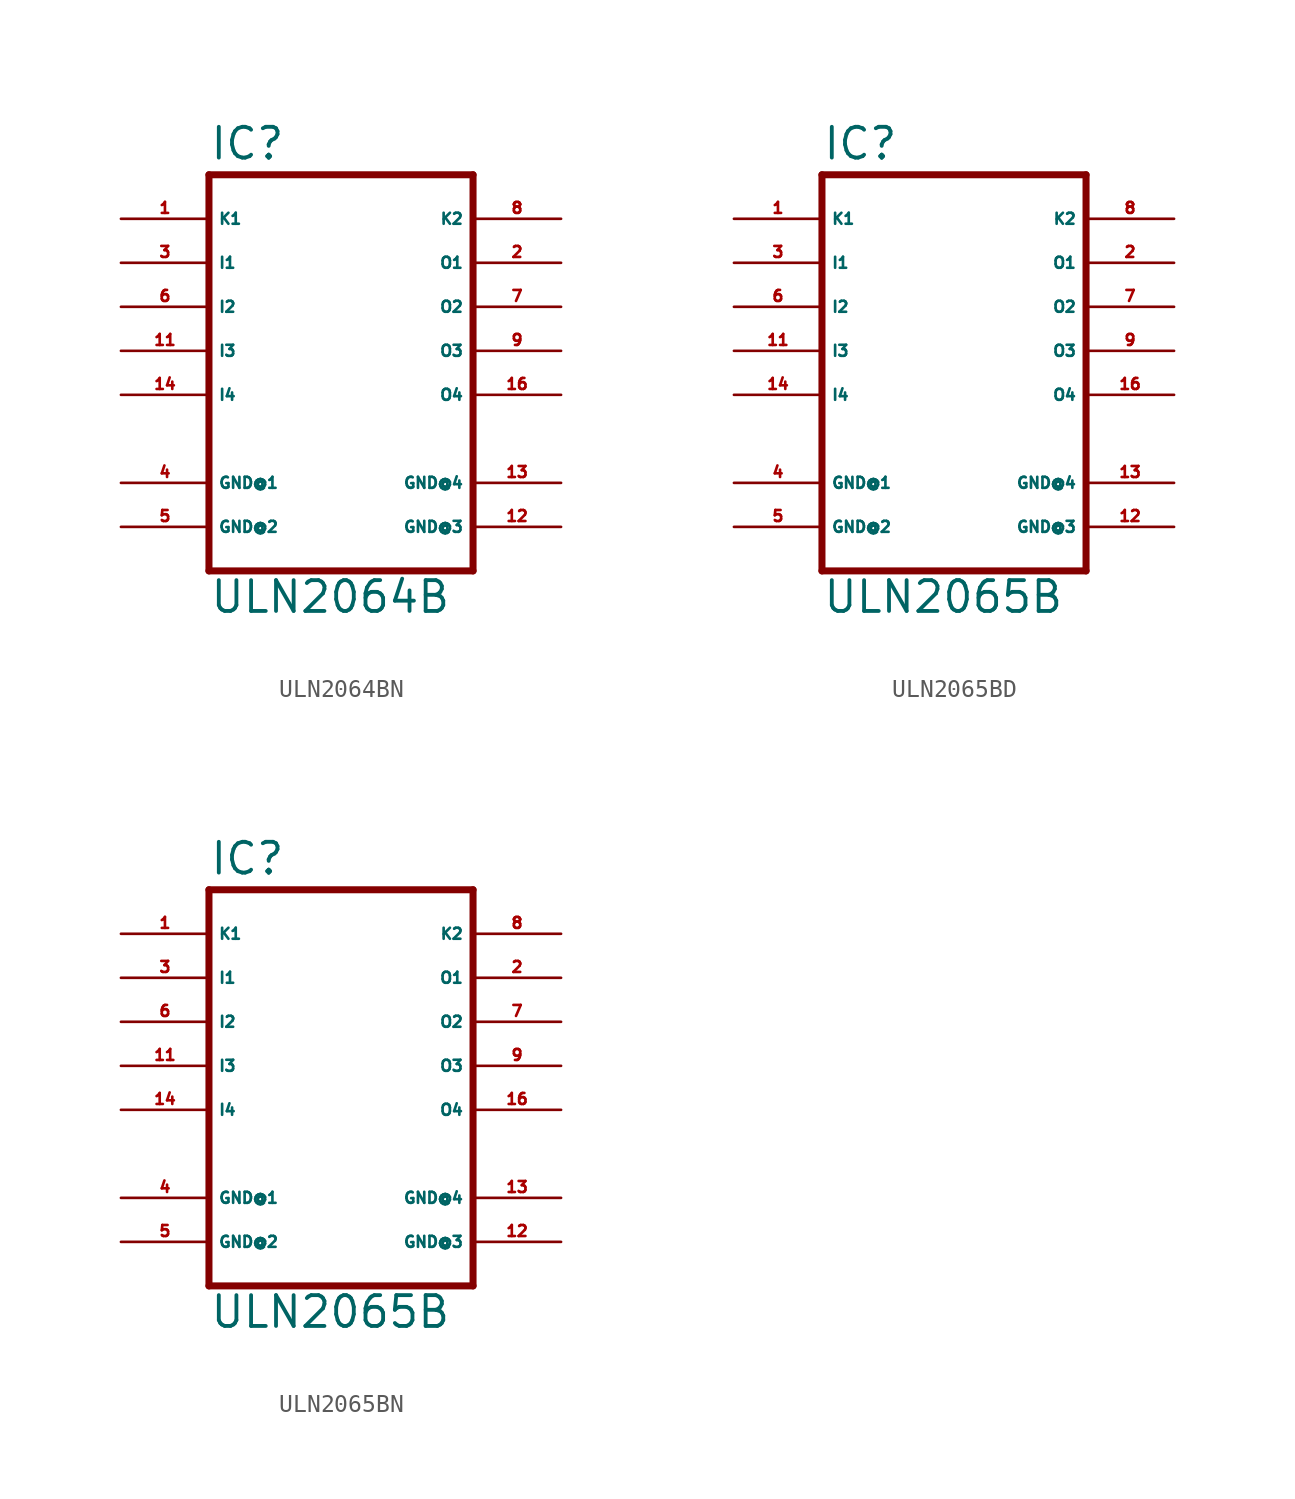
<source format=kicad_sym>
(kicad_symbol_lib
  (version 20220914)
  (generator Eagle2Kicad)
  (symbol "ULN2064BN"
    (property "Reference" "IC"
      (at -7.62 10.922 0)
      (effects (font (size 1.778 1.778) (thickness 0.22)) (justify left bottom)))
    (property "Value" "ULN2064B"
      (at -7.62 -15.24 0)
      (effects (font (size 1.778 1.778) (thickness 0.22)) (justify left bottom)))
    (polyline
      (pts (xy -7.62 10.16) (xy 7.62 10.16))
      (stroke (width 0.406) (type default))
      (fill (type none)))
    (polyline
      (pts (xy 7.62 -12.7) (xy 7.62 10.16))
      (stroke (width 0.406) (type default))
      (fill (type none)))
    (polyline
      (pts (xy 7.62 -12.7) (xy -7.62 -12.7))
      (stroke (width 0.406) (type default))
      (fill (type none)))
    (polyline
      (pts (xy -7.62 10.16) (xy -7.62 -12.7))
      (stroke (width 0.406) (type default))
      (fill (type none)))
    (pin input line
      (at -12.7 5.08 0)
      (length 5.08)
      (name "I1" (effects (font (size 0.635 0.635) (thickness 0.08)) (justify left bottom)))
      (number "3" (effects (font (size 0.635 0.635) (thickness 0.08)) (justify left bottom))))
    (pin input line
      (at -12.7 2.54 0)
      (length 5.08)
      (name "I2" (effects (font (size 0.635 0.635) (thickness 0.08)) (justify left bottom)))
      (number "6" (effects (font (size 0.635 0.635) (thickness 0.08)) (justify left bottom))))
    (pin input line
      (at -12.7 0 0)
      (length 5.08)
      (name "I3" (effects (font (size 0.635 0.635) (thickness 0.08)) (justify left bottom)))
      (number "11" (effects (font (size 0.635 0.635) (thickness 0.08)) (justify left bottom))))
    (pin input line
      (at -12.7 -2.54 0)
      (length 5.08)
      (name "I4" (effects (font (size 0.635 0.635) (thickness 0.08)) (justify left bottom)))
      (number "14" (effects (font (size 0.635 0.635) (thickness 0.08)) (justify left bottom))))
    (pin open_collector line
      (at 12.7 5.08 180)
      (length 5.08)
      (name "O1" (effects (font (size 0.635 0.635) (thickness 0.08)) (justify left bottom)))
      (number "2" (effects (font (size 0.635 0.635) (thickness 0.08)) (justify left bottom))))
    (pin open_collector line
      (at 12.7 2.54 180)
      (length 5.08)
      (name "O2" (effects (font (size 0.635 0.635) (thickness 0.08)) (justify left bottom)))
      (number "7" (effects (font (size 0.635 0.635) (thickness 0.08)) (justify left bottom))))
    (pin open_collector line
      (at 12.7 0 180)
      (length 5.08)
      (name "O3" (effects (font (size 0.635 0.635) (thickness 0.08)) (justify left bottom)))
      (number "9" (effects (font (size 0.635 0.635) (thickness 0.08)) (justify left bottom))))
    (pin open_collector line
      (at 12.7 -2.54 180)
      (length 5.08)
      (name "O4" (effects (font (size 0.635 0.635) (thickness 0.08)) (justify left bottom)))
      (number "16" (effects (font (size 0.635 0.635) (thickness 0.08)) (justify left bottom))))
    (pin passive line
      (at 12.7 7.62 180)
      (length 5.08)
      (name "K2" (effects (font (size 0.635 0.635) (thickness 0.08)) (justify left bottom)))
      (number "8" (effects (font (size 0.635 0.635) (thickness 0.08)) (justify left bottom))))
    (pin unspecified line
      (at -12.7 -10.16 0)
      (length 5.08)
      (name "GND@2" (effects (font (size 0.635 0.635) (thickness 0.08)) (justify left bottom)))
      (number "5" (effects (font (size 0.635 0.635) (thickness 0.08)) (justify left bottom))))
    (pin passive line
      (at -12.7 7.62 0)
      (length 5.08)
      (name "K1" (effects (font (size 0.635 0.635) (thickness 0.08)) (justify left bottom)))
      (number "1" (effects (font (size 0.635 0.635) (thickness 0.08)) (justify left bottom))))
    (pin unspecified line
      (at 12.7 -7.62 180)
      (length 5.08)
      (name "GND@4" (effects (font (size 0.635 0.635) (thickness 0.08)) (justify left bottom)))
      (number "13" (effects (font (size 0.635 0.635) (thickness 0.08)) (justify left bottom))))
    (pin unspecified line
      (at -12.7 -7.62 0)
      (length 5.08)
      (name "GND@1" (effects (font (size 0.635 0.635) (thickness 0.08)) (justify left bottom)))
      (number "4" (effects (font (size 0.635 0.635) (thickness 0.08)) (justify left bottom))))
    (pin unspecified line
      (at 12.7 -10.16 180)
      (length 5.08)
      (name "GND@3" (effects (font (size 0.635 0.635) (thickness 0.08)) (justify left bottom)))
      (number "12" (effects (font (size 0.635 0.635) (thickness 0.08)) (justify left bottom)))))
  (symbol "ULN2065BD"
    (property "Reference" "IC"
      (at -7.62 10.922 0)
      (effects (font (size 1.778 1.778) (thickness 0.22)) (justify left bottom)))
    (property "Value" "ULN2065B"
      (at -7.62 -15.24 0)
      (effects (font (size 1.778 1.778) (thickness 0.22)) (justify left bottom)))
    (polyline
      (pts (xy -7.62 10.16) (xy 7.62 10.16))
      (stroke (width 0.406) (type default))
      (fill (type none)))
    (polyline
      (pts (xy 7.62 -12.7) (xy 7.62 10.16))
      (stroke (width 0.406) (type default))
      (fill (type none)))
    (polyline
      (pts (xy 7.62 -12.7) (xy -7.62 -12.7))
      (stroke (width 0.406) (type default))
      (fill (type none)))
    (polyline
      (pts (xy -7.62 10.16) (xy -7.62 -12.7))
      (stroke (width 0.406) (type default))
      (fill (type none)))
    (pin input line
      (at -12.7 5.08 0)
      (length 5.08)
      (name "I1" (effects (font (size 0.635 0.635) (thickness 0.08)) (justify left bottom)))
      (number "3" (effects (font (size 0.635 0.635) (thickness 0.08)) (justify left bottom))))
    (pin input line
      (at -12.7 2.54 0)
      (length 5.08)
      (name "I2" (effects (font (size 0.635 0.635) (thickness 0.08)) (justify left bottom)))
      (number "6" (effects (font (size 0.635 0.635) (thickness 0.08)) (justify left bottom))))
    (pin input line
      (at -12.7 0 0)
      (length 5.08)
      (name "I3" (effects (font (size 0.635 0.635) (thickness 0.08)) (justify left bottom)))
      (number "11" (effects (font (size 0.635 0.635) (thickness 0.08)) (justify left bottom))))
    (pin input line
      (at -12.7 -2.54 0)
      (length 5.08)
      (name "I4" (effects (font (size 0.635 0.635) (thickness 0.08)) (justify left bottom)))
      (number "14" (effects (font (size 0.635 0.635) (thickness 0.08)) (justify left bottom))))
    (pin open_collector line
      (at 12.7 5.08 180)
      (length 5.08)
      (name "O1" (effects (font (size 0.635 0.635) (thickness 0.08)) (justify left bottom)))
      (number "2" (effects (font (size 0.635 0.635) (thickness 0.08)) (justify left bottom))))
    (pin open_collector line
      (at 12.7 2.54 180)
      (length 5.08)
      (name "O2" (effects (font (size 0.635 0.635) (thickness 0.08)) (justify left bottom)))
      (number "7" (effects (font (size 0.635 0.635) (thickness 0.08)) (justify left bottom))))
    (pin open_collector line
      (at 12.7 0 180)
      (length 5.08)
      (name "O3" (effects (font (size 0.635 0.635) (thickness 0.08)) (justify left bottom)))
      (number "9" (effects (font (size 0.635 0.635) (thickness 0.08)) (justify left bottom))))
    (pin open_collector line
      (at 12.7 -2.54 180)
      (length 5.08)
      (name "O4" (effects (font (size 0.635 0.635) (thickness 0.08)) (justify left bottom)))
      (number "16" (effects (font (size 0.635 0.635) (thickness 0.08)) (justify left bottom))))
    (pin passive line
      (at 12.7 7.62 180)
      (length 5.08)
      (name "K2" (effects (font (size 0.635 0.635) (thickness 0.08)) (justify left bottom)))
      (number "8" (effects (font (size 0.635 0.635) (thickness 0.08)) (justify left bottom))))
    (pin unspecified line
      (at -12.7 -10.16 0)
      (length 5.08)
      (name "GND@2" (effects (font (size 0.635 0.635) (thickness 0.08)) (justify left bottom)))
      (number "5" (effects (font (size 0.635 0.635) (thickness 0.08)) (justify left bottom))))
    (pin passive line
      (at -12.7 7.62 0)
      (length 5.08)
      (name "K1" (effects (font (size 0.635 0.635) (thickness 0.08)) (justify left bottom)))
      (number "1" (effects (font (size 0.635 0.635) (thickness 0.08)) (justify left bottom))))
    (pin unspecified line
      (at 12.7 -7.62 180)
      (length 5.08)
      (name "GND@4" (effects (font (size 0.635 0.635) (thickness 0.08)) (justify left bottom)))
      (number "13" (effects (font (size 0.635 0.635) (thickness 0.08)) (justify left bottom))))
    (pin unspecified line
      (at -12.7 -7.62 0)
      (length 5.08)
      (name "GND@1" (effects (font (size 0.635 0.635) (thickness 0.08)) (justify left bottom)))
      (number "4" (effects (font (size 0.635 0.635) (thickness 0.08)) (justify left bottom))))
    (pin unspecified line
      (at 12.7 -10.16 180)
      (length 5.08)
      (name "GND@3" (effects (font (size 0.635 0.635) (thickness 0.08)) (justify left bottom)))
      (number "12" (effects (font (size 0.635 0.635) (thickness 0.08)) (justify left bottom)))))
  (symbol "ULN2065BN"
    (property "Reference" "IC"
      (at -7.62 10.922 0)
      (effects (font (size 1.778 1.778) (thickness 0.22)) (justify left bottom)))
    (property "Value" "ULN2065B"
      (at -7.62 -15.24 0)
      (effects (font (size 1.778 1.778) (thickness 0.22)) (justify left bottom)))
    (polyline
      (pts (xy -7.62 10.16) (xy 7.62 10.16))
      (stroke (width 0.406) (type default))
      (fill (type none)))
    (polyline
      (pts (xy 7.62 -12.7) (xy 7.62 10.16))
      (stroke (width 0.406) (type default))
      (fill (type none)))
    (polyline
      (pts (xy 7.62 -12.7) (xy -7.62 -12.7))
      (stroke (width 0.406) (type default))
      (fill (type none)))
    (polyline
      (pts (xy -7.62 10.16) (xy -7.62 -12.7))
      (stroke (width 0.406) (type default))
      (fill (type none)))
    (pin input line
      (at -12.7 5.08 0)
      (length 5.08)
      (name "I1" (effects (font (size 0.635 0.635) (thickness 0.08)) (justify left bottom)))
      (number "3" (effects (font (size 0.635 0.635) (thickness 0.08)) (justify left bottom))))
    (pin input line
      (at -12.7 2.54 0)
      (length 5.08)
      (name "I2" (effects (font (size 0.635 0.635) (thickness 0.08)) (justify left bottom)))
      (number "6" (effects (font (size 0.635 0.635) (thickness 0.08)) (justify left bottom))))
    (pin input line
      (at -12.7 0 0)
      (length 5.08)
      (name "I3" (effects (font (size 0.635 0.635) (thickness 0.08)) (justify left bottom)))
      (number "11" (effects (font (size 0.635 0.635) (thickness 0.08)) (justify left bottom))))
    (pin input line
      (at -12.7 -2.54 0)
      (length 5.08)
      (name "I4" (effects (font (size 0.635 0.635) (thickness 0.08)) (justify left bottom)))
      (number "14" (effects (font (size 0.635 0.635) (thickness 0.08)) (justify left bottom))))
    (pin open_collector line
      (at 12.7 5.08 180)
      (length 5.08)
      (name "O1" (effects (font (size 0.635 0.635) (thickness 0.08)) (justify left bottom)))
      (number "2" (effects (font (size 0.635 0.635) (thickness 0.08)) (justify left bottom))))
    (pin open_collector line
      (at 12.7 2.54 180)
      (length 5.08)
      (name "O2" (effects (font (size 0.635 0.635) (thickness 0.08)) (justify left bottom)))
      (number "7" (effects (font (size 0.635 0.635) (thickness 0.08)) (justify left bottom))))
    (pin open_collector line
      (at 12.7 0 180)
      (length 5.08)
      (name "O3" (effects (font (size 0.635 0.635) (thickness 0.08)) (justify left bottom)))
      (number "9" (effects (font (size 0.635 0.635) (thickness 0.08)) (justify left bottom))))
    (pin open_collector line
      (at 12.7 -2.54 180)
      (length 5.08)
      (name "O4" (effects (font (size 0.635 0.635) (thickness 0.08)) (justify left bottom)))
      (number "16" (effects (font (size 0.635 0.635) (thickness 0.08)) (justify left bottom))))
    (pin passive line
      (at 12.7 7.62 180)
      (length 5.08)
      (name "K2" (effects (font (size 0.635 0.635) (thickness 0.08)) (justify left bottom)))
      (number "8" (effects (font (size 0.635 0.635) (thickness 0.08)) (justify left bottom))))
    (pin unspecified line
      (at -12.7 -10.16 0)
      (length 5.08)
      (name "GND@2" (effects (font (size 0.635 0.635) (thickness 0.08)) (justify left bottom)))
      (number "5" (effects (font (size 0.635 0.635) (thickness 0.08)) (justify left bottom))))
    (pin passive line
      (at -12.7 7.62 0)
      (length 5.08)
      (name "K1" (effects (font (size 0.635 0.635) (thickness 0.08)) (justify left bottom)))
      (number "1" (effects (font (size 0.635 0.635) (thickness 0.08)) (justify left bottom))))
    (pin unspecified line
      (at 12.7 -7.62 180)
      (length 5.08)
      (name "GND@4" (effects (font (size 0.635 0.635) (thickness 0.08)) (justify left bottom)))
      (number "13" (effects (font (size 0.635 0.635) (thickness 0.08)) (justify left bottom))))
    (pin unspecified line
      (at -12.7 -7.62 0)
      (length 5.08)
      (name "GND@1" (effects (font (size 0.635 0.635) (thickness 0.08)) (justify left bottom)))
      (number "4" (effects (font (size 0.635 0.635) (thickness 0.08)) (justify left bottom))))
    (pin unspecified line
      (at 12.7 -10.16 180)
      (length 5.08)
      (name "GND@3" (effects (font (size 0.635 0.635) (thickness 0.08)) (justify left bottom)))
      (number "12" (effects (font (size 0.635 0.635) (thickness 0.08)) (justify left bottom))))))
</source>
